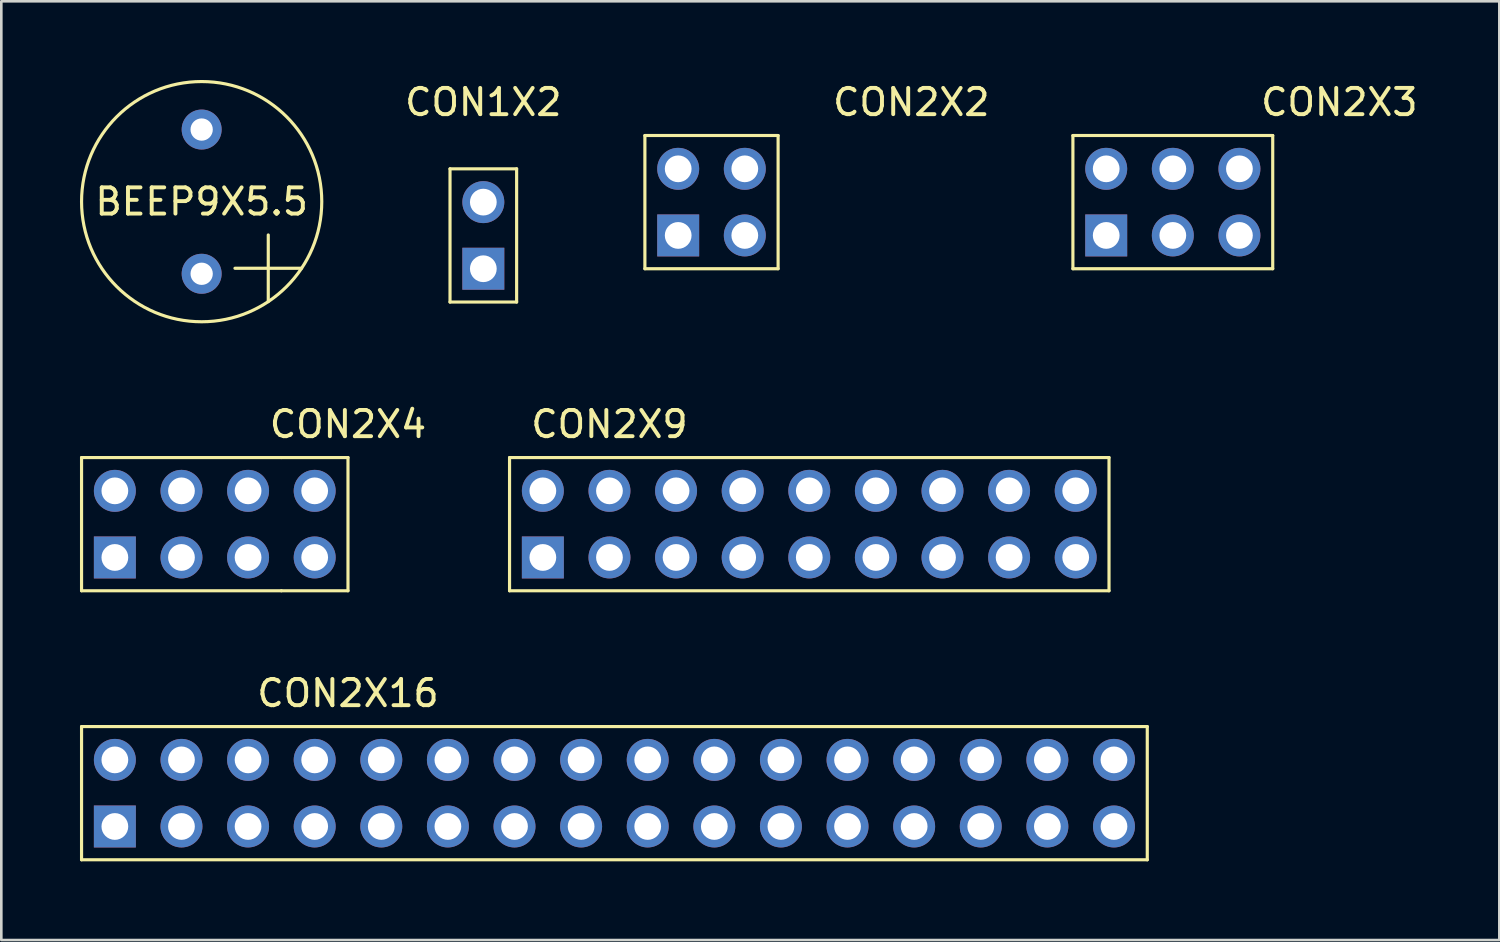
<source format=kicad_pcb>
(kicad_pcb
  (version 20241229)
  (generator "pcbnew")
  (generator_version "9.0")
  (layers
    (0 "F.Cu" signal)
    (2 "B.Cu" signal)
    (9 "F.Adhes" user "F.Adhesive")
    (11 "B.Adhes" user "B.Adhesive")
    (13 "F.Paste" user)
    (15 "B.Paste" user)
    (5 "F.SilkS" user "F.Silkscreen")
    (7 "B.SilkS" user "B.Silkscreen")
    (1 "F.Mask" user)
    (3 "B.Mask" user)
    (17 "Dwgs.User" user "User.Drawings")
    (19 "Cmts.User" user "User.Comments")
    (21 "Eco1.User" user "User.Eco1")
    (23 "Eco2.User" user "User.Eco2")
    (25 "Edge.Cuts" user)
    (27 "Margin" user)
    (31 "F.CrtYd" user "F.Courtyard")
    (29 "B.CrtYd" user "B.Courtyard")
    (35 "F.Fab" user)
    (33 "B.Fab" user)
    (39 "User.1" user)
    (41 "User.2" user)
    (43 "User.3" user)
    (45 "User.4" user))
  (footprint "CON2X16"
    (layer "F.Cu")
    (at 1.33 27.197)
    (property "Reference" "CON2X16" (at 8.89 -3.81 0) (layer "F.SilkS") (effects (font (size 1 1) (thickness 0.15))))
    (attr through_hole)
    (fp_line (start -1.27 -2.54) (end 39.37 -2.54) (stroke (width 0.12) (type solid)) (layer "F.SilkS"))
    (fp_line (start -1.27 2.54) (end -1.27 -2.54) (stroke (width 0.12) (type solid)) (layer "F.SilkS"))
    (fp_line (start 39.37 -2.54) (end 39.37 2.54) (stroke (width 0.12) (type solid)) (layer "F.SilkS"))
    (fp_line (start 39.37 2.54) (end -1.27 2.54) (stroke (width 0.12) (type solid)) (layer "F.SilkS"))
    (pad "1" thru_hole rect (at 0 1.27) (size 1.6 1.6) (drill 1.02) (layers "*.Cu" "*.Mask"))
    (pad "2" thru_hole circle (at 0 -1.27) (size 1.6 1.6) (drill 1.02) (layers "*.Cu" "*.Mask"))
    (pad "3" thru_hole circle (at 2.54 1.27) (size 1.6 1.6) (drill 1.02) (layers "*.Cu" "*.Mask"))
    (pad "4" thru_hole circle (at 2.54 -1.27) (size 1.6 1.6) (drill 1.02) (layers "*.Cu" "*.Mask"))
    (pad "5" thru_hole circle (at 5.08 1.27) (size 1.6 1.6) (drill 1.02) (layers "*.Cu" "*.Mask"))
    (pad "6" thru_hole circle (at 5.08 -1.27) (size 1.6 1.6) (drill 1.02) (layers "*.Cu" "*.Mask"))
    (pad "7" thru_hole circle (at 7.62 1.27) (size 1.6 1.6) (drill 1.02) (layers "*.Cu" "*.Mask"))
    (pad "8" thru_hole circle (at 7.62 -1.27) (size 1.6 1.6) (drill 1.02) (layers "*.Cu" "*.Mask"))
    (pad "9" thru_hole circle (at 10.16 1.27) (size 1.6 1.6) (drill 1.02) (layers "*.Cu" "*.Mask"))
    (pad "10" thru_hole circle (at 10.16 -1.27) (size 1.6 1.6) (drill 1.02) (layers "*.Cu" "*.Mask"))
    (pad "11" thru_hole circle (at 12.7 1.27) (size 1.6 1.6) (drill 1.02) (layers "*.Cu" "*.Mask"))
    (pad "12" thru_hole circle (at 12.7 -1.27) (size 1.6 1.6) (drill 1.02) (layers "*.Cu" "*.Mask"))
    (pad "13" thru_hole circle (at 15.24 1.27) (size 1.6 1.6) (drill 1.02) (layers "*.Cu" "*.Mask"))
    (pad "14" thru_hole circle (at 15.24 -1.27) (size 1.6 1.6) (drill 1.02) (layers "*.Cu" "*.Mask"))
    (pad "15" thru_hole circle (at 17.78 1.27) (size 1.6 1.6) (drill 1.02) (layers "*.Cu" "*.Mask"))
    (pad "16" thru_hole circle (at 17.78 -1.27) (size 1.6 1.6) (drill 1.02) (layers "*.Cu" "*.Mask"))
    (pad "17" thru_hole circle (at 20.32 1.27) (size 1.6 1.6) (drill 1.02) (layers "*.Cu" "*.Mask"))
    (pad "18" thru_hole circle (at 20.32 -1.27) (size 1.6 1.6) (drill 1.02) (layers "*.Cu" "*.Mask"))
    (pad "19" thru_hole circle (at 22.86 1.27) (size 1.6 1.6) (drill 1.02) (layers "*.Cu" "*.Mask"))
    (pad "20" thru_hole circle (at 22.86 -1.27) (size 1.6 1.6) (drill 1.02) (layers "*.Cu" "*.Mask"))
    (pad "21" thru_hole circle (at 25.4 1.27) (size 1.6 1.6) (drill 1.02) (layers "*.Cu" "*.Mask"))
    (pad "22" thru_hole circle (at 25.4 -1.27) (size 1.6 1.6) (drill 1.02) (layers "*.Cu" "*.Mask"))
    (pad "23" thru_hole circle (at 27.94 1.27) (size 1.6 1.6) (drill 1.02) (layers "*.Cu" "*.Mask"))
    (pad "24" thru_hole circle (at 27.94 -1.27) (size 1.6 1.6) (drill 1.02) (layers "*.Cu" "*.Mask"))
    (pad "25" thru_hole circle (at 30.48 1.27) (size 1.6 1.6) (drill 1.02) (layers "*.Cu" "*.Mask"))
    (pad "26" thru_hole circle (at 30.48 -1.27) (size 1.6 1.6) (drill 1.02) (layers "*.Cu" "*.Mask"))
    (pad "27" thru_hole circle (at 33.02 1.27) (size 1.6 1.6) (drill 1.02) (layers "*.Cu" "*.Mask"))
    (pad "28" thru_hole circle (at 33.02 -1.27) (size 1.6 1.6) (drill 1.02) (layers "*.Cu" "*.Mask"))
    (pad "29" thru_hole circle (at 35.56 1.27) (size 1.6 1.6) (drill 1.02) (layers "*.Cu" "*.Mask"))
    (pad "30" thru_hole circle (at 35.56 -1.27) (size 1.6 1.6) (drill 1.02) (layers "*.Cu" "*.Mask"))
    (pad "31" thru_hole circle (at 38.1 1.27) (size 1.6 1.6) (drill 1.02) (layers "*.Cu" "*.Mask"))
    (pad "32" thru_hole circle (at 38.1 -1.27) (size 1.6 1.6) (drill 1.02) (layers "*.Cu" "*.Mask")))
  (footprint "CON2X4"
    (layer "F.Cu")
    (at 1.33 16.938)
    (property "Reference" "CON2X4" (at 8.89 -3.81 0) (layer "F.SilkS") (effects (font (size 1 1) (thickness 0.15))))
    (attr through_hole)
    (fp_line (start -1.27 -2.54) (end 6.35 -2.54) (stroke (width 0.12) (type solid)) (layer "F.SilkS"))
    (fp_line (start -1.27 2.54) (end -1.27 -2.54) (stroke (width 0.12) (type solid)) (layer "F.SilkS"))
    (fp_line (start -1.27 2.54) (end 6.35 2.54) (stroke (width 0.12) (type solid)) (layer "F.SilkS"))
    (fp_line (start 6.35 -2.54) (end 8.89 -2.54) (stroke (width 0.12) (type solid)) (layer "F.SilkS"))
    (fp_line (start 8.89 -2.54) (end 8.89 2.54) (stroke (width 0.12) (type solid)) (layer "F.SilkS"))
    (fp_line (start 8.89 2.54) (end 6.35 2.54) (stroke (width 0.12) (type solid)) (layer "F.SilkS"))
    (pad "1" thru_hole rect (at 0 1.27) (size 1.6 1.6) (drill 1.02) (layers "*.Cu" "*.Mask"))
    (pad "2" thru_hole circle (at 0 -1.27) (size 1.6 1.6) (drill 1.02) (layers "*.Cu" "*.Mask"))
    (pad "3" thru_hole circle (at 2.54 1.27) (size 1.6 1.6) (drill 1.02) (layers "*.Cu" "*.Mask"))
    (pad "4" thru_hole circle (at 2.54 -1.27) (size 1.6 1.6) (drill 1.02) (layers "*.Cu" "*.Mask"))
    (pad "5" thru_hole circle (at 5.08 1.27) (size 1.6 1.6) (drill 1.02) (layers "*.Cu" "*.Mask"))
    (pad "6" thru_hole circle (at 5.08 -1.27) (size 1.6 1.6) (drill 1.02) (layers "*.Cu" "*.Mask"))
    (pad "7" thru_hole circle (at 7.62 1.27) (size 1.6 1.6) (drill 1.02) (layers "*.Cu" "*.Mask"))
    (pad "8" thru_hole circle (at 7.62 -1.27) (size 1.6 1.6) (drill 1.02) (layers "*.Cu" "*.Mask")))
  (footprint "CON2X9"
    (layer "F.Cu")
    (at 17.651 16.938)
    (property "Reference" "CON2X9" (at 2.54 -3.81 0) (layer "F.SilkS") (effects (font (size 1 1) (thickness 0.15))))
    (attr through_hole)
    (fp_line (start -1.27 -2.54) (end 21.59 -2.54) (stroke (width 0.12) (type solid)) (layer "F.SilkS"))
    (fp_line (start -1.27 2.54) (end -1.27 -2.54) (stroke (width 0.12) (type solid)) (layer "F.SilkS"))
    (fp_line (start 21.59 -2.54) (end 21.59 2.54) (stroke (width 0.12) (type solid)) (layer "F.SilkS"))
    (fp_line (start 21.59 2.54) (end -1.27 2.54) (stroke (width 0.12) (type solid)) (layer "F.SilkS"))
    (pad "1" thru_hole rect (at 0 1.27) (size 1.6 1.6) (drill 1.02) (layers "*.Cu" "*.Mask"))
    (pad "2" thru_hole circle (at 0 -1.27) (size 1.6 1.6) (drill 1.02) (layers "*.Cu" "*.Mask"))
    (pad "3" thru_hole circle (at 2.54 1.27) (size 1.6 1.6) (drill 1.02) (layers "*.Cu" "*.Mask"))
    (pad "4" thru_hole circle (at 2.54 -1.27) (size 1.6 1.6) (drill 1.02) (layers "*.Cu" "*.Mask"))
    (pad "5" thru_hole circle (at 5.08 1.27) (size 1.6 1.6) (drill 1.02) (layers "*.Cu" "*.Mask"))
    (pad "6" thru_hole circle (at 5.08 -1.27) (size 1.6 1.6) (drill 1.02) (layers "*.Cu" "*.Mask"))
    (pad "7" thru_hole circle (at 7.62 1.27) (size 1.6 1.6) (drill 1.02) (layers "*.Cu" "*.Mask"))
    (pad "8" thru_hole circle (at 7.62 -1.27) (size 1.6 1.6) (drill 1.02) (layers "*.Cu" "*.Mask"))
    (pad "9" thru_hole circle (at 10.16 1.27) (size 1.6 1.6) (drill 1.02) (layers "*.Cu" "*.Mask"))
    (pad "10" thru_hole circle (at 10.16 -1.27) (size 1.6 1.6) (drill 1.02) (layers "*.Cu" "*.Mask"))
    (pad "11" thru_hole circle (at 12.7 1.27) (size 1.6 1.6) (drill 1.02) (layers "*.Cu" "*.Mask"))
    (pad "12" thru_hole circle (at 12.7 -1.27) (size 1.6 1.6) (drill 1.02) (layers "*.Cu" "*.Mask"))
    (pad "13" thru_hole circle (at 15.24 1.27) (size 1.6 1.6) (drill 1.02) (layers "*.Cu" "*.Mask"))
    (pad "14" thru_hole circle (at 15.24 -1.27) (size 1.6 1.6) (drill 1.02) (layers "*.Cu" "*.Mask"))
    (pad "15" thru_hole circle (at 17.78 1.27) (size 1.6 1.6) (drill 1.02) (layers "*.Cu" "*.Mask"))
    (pad "16" thru_hole circle (at 17.78 -1.27) (size 1.6 1.6) (drill 1.02) (layers "*.Cu" "*.Mask"))
    (pad "17" thru_hole circle (at 20.32 1.27) (size 1.6 1.6) (drill 1.02) (layers "*.Cu" "*.Mask"))
    (pad "18" thru_hole circle (at 20.32 -1.27) (size 1.6 1.6) (drill 1.02) (layers "*.Cu" "*.Mask")))
  (footprint "BEEP9X5.5"
    (layer "F.Cu")
    (at 4.64 4.64)
    (property "Reference" "BEEP9X5.5" (at 0 0 0) (layer "F.SilkS") (effects (font (size 1 1) (thickness 0.15))))
    (attr through_hole)
    (fp_line (start 1.27 2.54) (end 3.81 2.54) (stroke (width 0.12) (type solid)) (layer "F.SilkS"))
    (fp_line (start 2.54 1.27) (end 2.54 3.81) (stroke (width 0.12) (type solid)) (layer "F.SilkS"))
    (fp_circle (center 0 0) (end 4.58 0) (stroke (width 0.12) (type solid)) (fill no) (layer "F.SilkS"))
    (pad "1" thru_hole circle (at 0 2.75) (size 1.524 1.524) (drill 0.85) (layers "*.Cu" "*.Mask"))
    (pad "2" thru_hole circle (at 0 -2.75) (size 1.524 1.524) (drill 0.85) (layers "*.Cu" "*.Mask")))
  (footprint "CON2X2"
    (layer "F.Cu")
    (at 22.812 4.658)
    (property "Reference" "CON2X2" (at 8.89 -3.81 0) (layer "F.SilkS") (effects (font (size 1 1) (thickness 0.15))))
    (attr through_hole)
    (fp_line (start -1.27 -2.54) (end 3.81 -2.54) (stroke (width 0.12) (type solid)) (layer "F.SilkS"))
    (fp_line (start -1.27 2.54) (end -1.27 -2.54) (stroke (width 0.12) (type solid)) (layer "F.SilkS"))
    (fp_line (start -1.27 2.54) (end 3.81 2.54) (stroke (width 0.12) (type solid)) (layer "F.SilkS"))
    (fp_line (start 3.81 -2.54) (end 3.81 2.54) (stroke (width 0.12) (type solid)) (layer "F.SilkS"))
    (pad "1" thru_hole rect (at 0 1.27) (size 1.6 1.6) (drill 1.02) (layers "*.Cu" "*.Mask"))
    (pad "2" thru_hole circle (at 0 -1.27) (size 1.6 1.6) (drill 1.02) (layers "*.Cu" "*.Mask"))
    (pad "3" thru_hole circle (at 2.54 1.27) (size 1.6 1.6) (drill 1.02) (layers "*.Cu" "*.Mask"))
    (pad "4" thru_hole circle (at 2.54 -1.27) (size 1.6 1.6) (drill 1.02) (layers "*.Cu" "*.Mask")))
  (footprint "CON1X2"
    (layer "F.Cu")
    (at 15.381 5.928)
    (property "Reference" "CON1X2" (at 0 -5.08 0) (layer "F.SilkS") (effects (font (size 1 1) (thickness 0.15))))
    (attr through_hole)
    (fp_line (start -1.27 -2.54) (end 1.27 -2.54) (stroke (width 0.12) (type solid)) (layer "F.SilkS"))
    (fp_line (start -1.27 2.54) (end -1.27 -2.54) (stroke (width 0.12) (type solid)) (layer "F.SilkS"))
    (fp_line (start -1.27 2.54) (end 1.27 2.54) (stroke (width 0.12) (type solid)) (layer "F.SilkS"))
    (fp_line (start 1.27 -2.54) (end 1.27 2.54) (stroke (width 0.12) (type solid)) (layer "F.SilkS"))
    (pad "1" thru_hole rect (at 0 1.27) (size 1.6 1.6) (drill 1.02) (layers "*.Cu" "*.Mask"))
    (pad "2" thru_hole circle (at 0 -1.27) (size 1.6 1.6) (drill 1.02) (layers "*.Cu" "*.Mask")))
  (footprint "CON2X3"
    (layer "F.Cu")
    (at 39.134 4.658)
    (property "Reference" "CON2X3" (at 8.89 -3.81 0) (layer "F.SilkS") (effects (font (size 1 1) (thickness 0.15))))
    (attr through_hole)
    (fp_line (start -1.27 -2.54) (end 6.35 -2.54) (stroke (width 0.12) (type solid)) (layer "F.SilkS"))
    (fp_line (start -1.27 2.54) (end -1.27 -2.54) (stroke (width 0.12) (type solid)) (layer "F.SilkS"))
    (fp_line (start -1.27 2.54) (end 6.35 2.54) (stroke (width 0.12) (type solid)) (layer "F.SilkS"))
    (fp_line (start 6.35 -2.54) (end 6.35 2.54) (stroke (width 0.12) (type solid)) (layer "F.SilkS"))
    (pad "1" thru_hole rect (at 0 1.27) (size 1.6 1.6) (drill 1.02) (layers "*.Cu" "*.Mask"))
    (pad "2" thru_hole circle (at 0 -1.27) (size 1.6 1.6) (drill 1.02) (layers "*.Cu" "*.Mask"))
    (pad "3" thru_hole circle (at 2.54 1.27) (size 1.6 1.6) (drill 1.02) (layers "*.Cu" "*.Mask"))
    (pad "4" thru_hole circle (at 2.54 -1.27) (size 1.6 1.6) (drill 1.02) (layers "*.Cu" "*.Mask"))
    (pad "5" thru_hole circle (at 5.08 1.27) (size 1.6 1.6) (drill 1.02) (layers "*.Cu" "*.Mask"))
    (pad "6" thru_hole circle (at 5.08 -1.27) (size 1.6 1.6) (drill 1.02) (layers "*.Cu" "*.Mask")))
  (gr_rect
    (start -3 -3)
    (end 54.125 32.797)
    (stroke (width 0.1) (type default))
    (fill no)
    (layer "Edge.Cuts")))
</source>
